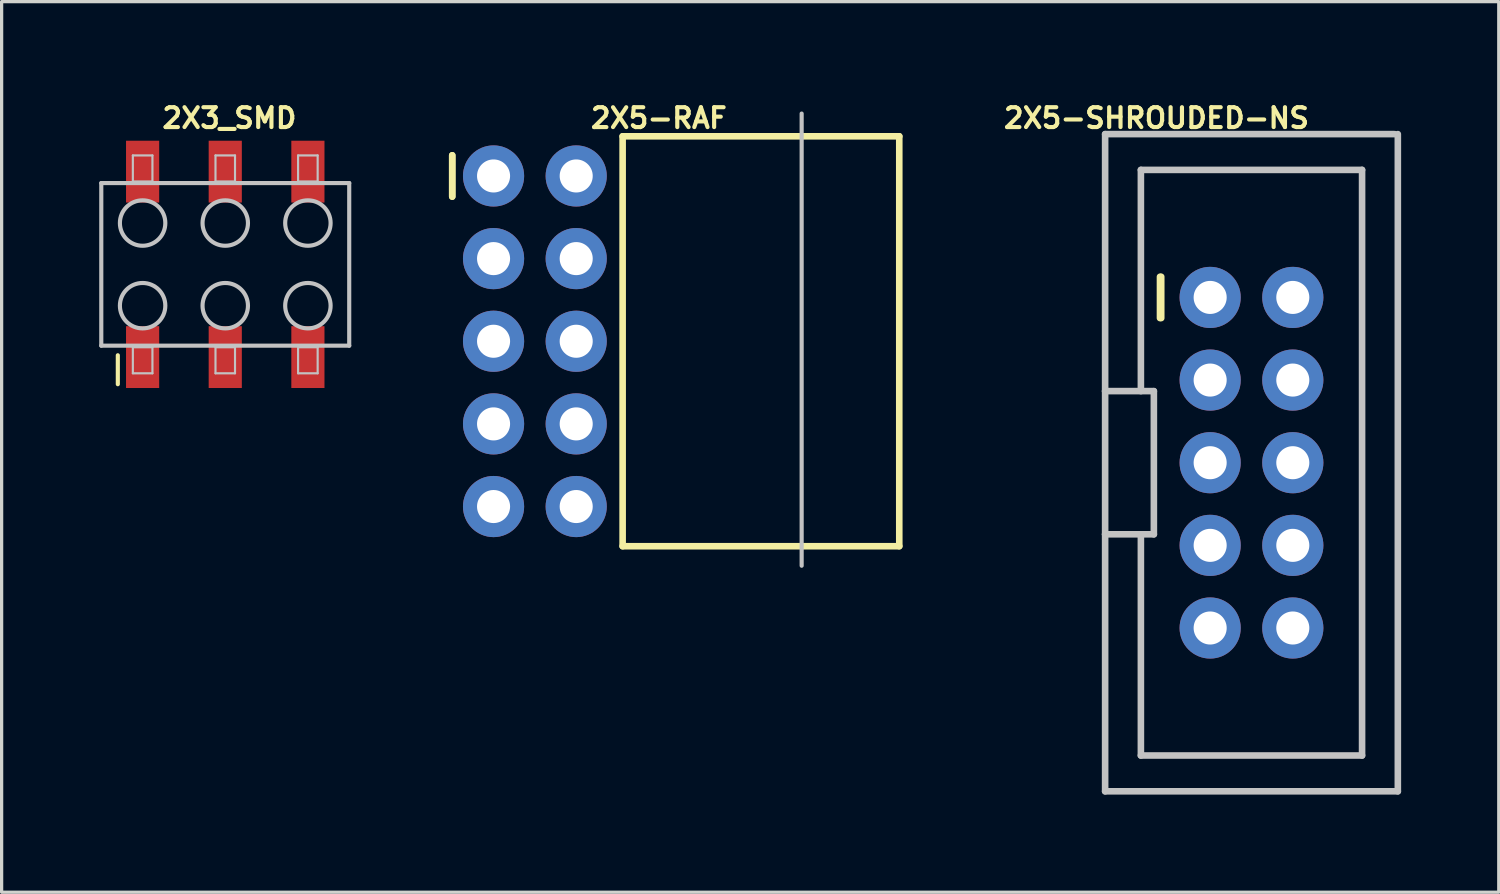
<source format=kicad_pcb>
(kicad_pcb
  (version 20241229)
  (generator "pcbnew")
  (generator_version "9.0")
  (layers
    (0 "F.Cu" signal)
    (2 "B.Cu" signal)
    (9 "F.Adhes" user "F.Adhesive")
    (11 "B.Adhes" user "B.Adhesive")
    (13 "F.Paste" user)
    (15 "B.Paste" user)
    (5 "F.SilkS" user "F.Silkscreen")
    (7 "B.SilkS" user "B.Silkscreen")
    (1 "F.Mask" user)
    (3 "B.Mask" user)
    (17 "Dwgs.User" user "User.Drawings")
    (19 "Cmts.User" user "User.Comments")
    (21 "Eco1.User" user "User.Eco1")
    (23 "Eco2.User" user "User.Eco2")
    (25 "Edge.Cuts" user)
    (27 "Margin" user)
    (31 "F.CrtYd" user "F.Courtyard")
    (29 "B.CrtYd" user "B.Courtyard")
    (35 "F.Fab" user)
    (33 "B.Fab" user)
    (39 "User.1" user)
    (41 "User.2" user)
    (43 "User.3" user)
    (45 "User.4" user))
  (footprint "2X3_SMD"
    (layer "F.Cu")
    (at 3.873 5.075)
    (property "Reference" "2X3_SMD" (at 0.127 -4.496 0) (layer "F.SilkS") (effects (font (size 0.61 0.61) (thickness 0.127))))
    (attr smd)
    (fp_line (start -3.302 3.683) (end -3.302 2.794) (stroke (width 0.127) (type solid)) (layer "F.SilkS"))
    (fp_line (start -3.81 -2.499) (end 3.81 -2.499) (stroke (width 0.127) (type solid)) (layer "Dwgs.User"))
    (fp_line (start -3.81 2.499) (end -3.81 -2.499) (stroke (width 0.127) (type solid)) (layer "Dwgs.User"))
    (fp_line (start -2.84 -3.348) (end -2.238 -3.348) (stroke (width 0.066) (type solid)) (layer "Dwgs.User"))
    (fp_line (start -2.84 -2.548) (end -2.84 -3.348) (stroke (width 0.066) (type solid)) (layer "Dwgs.User"))
    (fp_line (start -2.84 -2.548) (end -2.238 -2.548) (stroke (width 0.066) (type solid)) (layer "Dwgs.User"))
    (fp_line (start -2.84 2.548) (end -2.238 2.548) (stroke (width 0.066) (type solid)) (layer "Dwgs.User"))
    (fp_line (start -2.84 3.348) (end -2.84 2.548) (stroke (width 0.066) (type solid)) (layer "Dwgs.User"))
    (fp_line (start -2.84 3.348) (end -2.238 3.348) (stroke (width 0.066) (type solid)) (layer "Dwgs.User"))
    (fp_line (start -2.238 -2.548) (end -2.238 -3.348) (stroke (width 0.066) (type solid)) (layer "Dwgs.User"))
    (fp_line (start -2.238 3.348) (end -2.238 2.548) (stroke (width 0.066) (type solid)) (layer "Dwgs.User"))
    (fp_line (start -0.3 -3.348) (end 0.3 -3.348) (stroke (width 0.066) (type solid)) (layer "Dwgs.User"))
    (fp_line (start -0.3 -2.548) (end -0.3 -3.348) (stroke (width 0.066) (type solid)) (layer "Dwgs.User"))
    (fp_line (start -0.3 -2.548) (end 0.3 -2.548) (stroke (width 0.066) (type solid)) (layer "Dwgs.User"))
    (fp_line (start -0.3 2.548) (end 0.3 2.548) (stroke (width 0.066) (type solid)) (layer "Dwgs.User"))
    (fp_line (start -0.3 3.348) (end -0.3 2.548) (stroke (width 0.066) (type solid)) (layer "Dwgs.User"))
    (fp_line (start -0.3 3.348) (end 0.3 3.348) (stroke (width 0.066) (type solid)) (layer "Dwgs.User"))
    (fp_line (start 0.3 -2.548) (end 0.3 -3.348) (stroke (width 0.066) (type solid)) (layer "Dwgs.User"))
    (fp_line (start 0.3 3.348) (end 0.3 2.548) (stroke (width 0.066) (type solid)) (layer "Dwgs.User"))
    (fp_line (start 2.238 -3.348) (end 2.84 -3.348) (stroke (width 0.066) (type solid)) (layer "Dwgs.User"))
    (fp_line (start 2.238 -2.548) (end 2.238 -3.348) (stroke (width 0.066) (type solid)) (layer "Dwgs.User"))
    (fp_line (start 2.238 -2.548) (end 2.84 -2.548) (stroke (width 0.066) (type solid)) (layer "Dwgs.User"))
    (fp_line (start 2.238 2.548) (end 2.84 2.548) (stroke (width 0.066) (type solid)) (layer "Dwgs.User"))
    (fp_line (start 2.238 3.348) (end 2.238 2.548) (stroke (width 0.066) (type solid)) (layer "Dwgs.User"))
    (fp_line (start 2.238 3.348) (end 2.84 3.348) (stroke (width 0.066) (type solid)) (layer "Dwgs.User"))
    (fp_line (start 2.84 -2.548) (end 2.84 -3.348) (stroke (width 0.066) (type solid)) (layer "Dwgs.User"))
    (fp_line (start 2.84 3.348) (end 2.84 2.548) (stroke (width 0.066) (type solid)) (layer "Dwgs.User"))
    (fp_line (start 3.81 -2.499) (end 3.81 2.499) (stroke (width 0.127) (type solid)) (layer "Dwgs.User"))
    (fp_line (start 3.81 2.499) (end -3.81 2.499) (stroke (width 0.127) (type solid)) (layer "Dwgs.User"))
    (fp_circle (center -2.54 -1.27) (end -2.54 -1.968) (stroke (width 0.127) (type solid)) (fill no) (layer "Dwgs.User"))
    (fp_circle (center -2.54 1.27) (end -2.54 0.572) (stroke (width 0.127) (type solid)) (fill no) (layer "Dwgs.User"))
    (fp_circle (center 0 -1.27) (end 0 -1.968) (stroke (width 0.127) (type solid)) (fill no) (layer "Dwgs.User"))
    (fp_circle (center 0 1.27) (end 0 0.572) (stroke (width 0.127) (type solid)) (fill no) (layer "Dwgs.User"))
    (fp_circle (center 2.54 -1.27) (end 2.54 -1.968) (stroke (width 0.127) (type solid)) (fill no) (layer "Dwgs.User"))
    (fp_circle (center 2.54 1.27) (end 2.54 0.572) (stroke (width 0.127) (type solid)) (fill no) (layer "Dwgs.User"))
    (pad "1" smd rect (at -2.54 2.85) (size 1.019 1.9) (layers "F.Cu" "F.Mask" "F.Paste"))
    (pad "2" smd rect (at -2.54 -2.85) (size 1.019 1.9) (layers "F.Cu" "F.Mask" "F.Paste"))
    (pad "3" smd rect (at 0 2.85) (size 1.019 1.9) (layers "F.Cu" "F.Mask" "F.Paste"))
    (pad "4" smd rect (at 0 -2.85) (size 1.019 1.9) (layers "F.Cu" "F.Mask" "F.Paste"))
    (pad "5" smd rect (at 2.54 2.85) (size 1.019 1.9) (layers "F.Cu" "F.Mask" "F.Paste"))
    (pad "6" smd rect (at 2.54 -2.85) (size 1.019 1.9) (layers "F.Cu" "F.Mask" "F.Paste")))
  (footprint "2X5-SHROUDED-NS"
    (layer "F.Cu")
    (at 35.413 11.171)
    (property "Reference" "2X5-SHROUDED-NS" (at -2.921 -10.592 0) (layer "F.SilkS") (effects (font (size 0.61 0.61) (thickness 0.127))))
    (attr exclude_from_pos_files exclude_from_bom)
    (fp_line (start -2.812 -5.715) (end -2.812 -4.445) (stroke (width 0.203) (type solid)) (layer "F.SilkS"))
    (fp_line (start -2.774 -5.715) (end -2.774 -4.445) (stroke (width 0.203) (type solid)) (layer "F.SilkS"))
    (fp_line (start -4.498 -10.099) (end 4.399 -10.099) (stroke (width 0.203) (type solid)) (layer "Dwgs.User"))
    (fp_line (start -4.498 -2.2) (end -4.498 -10.099) (stroke (width 0.203) (type solid)) (layer "Dwgs.User"))
    (fp_line (start -4.498 -2.2) (end -3 -2.2) (stroke (width 0.203) (type solid)) (layer "Dwgs.User"))
    (fp_line (start -4.498 2.2) (end -4.498 -2.2) (stroke (width 0.203) (type solid)) (layer "Dwgs.User"))
    (fp_line (start -4.498 10.099) (end -4.498 2.2) (stroke (width 0.203) (type solid)) (layer "Dwgs.User"))
    (fp_line (start -3.399 -8.999) (end -3.399 -2.2) (stroke (width 0.203) (type solid)) (layer "Dwgs.User"))
    (fp_line (start -3.399 -8.999) (end 3.399 -8.999) (stroke (width 0.203) (type solid)) (layer "Dwgs.User"))
    (fp_line (start -3.399 8.999) (end -3.399 2.2) (stroke (width 0.203) (type solid)) (layer "Dwgs.User"))
    (fp_line (start -3.399 8.999) (end 3.399 8.999) (stroke (width 0.203) (type solid)) (layer "Dwgs.User"))
    (fp_line (start -3 -2.2) (end -3 2.2) (stroke (width 0.203) (type solid)) (layer "Dwgs.User"))
    (fp_line (start -3 2.2) (end -4.498 2.2) (stroke (width 0.203) (type solid)) (layer "Dwgs.User"))
    (fp_line (start -1.524 -5.334) (end -1.016 -5.334) (stroke (width 0.066) (type solid)) (layer "Dwgs.User"))
    (fp_line (start -1.524 -4.826) (end -1.524 -5.334) (stroke (width 0.066) (type solid)) (layer "Dwgs.User"))
    (fp_line (start -1.524 -4.826) (end -1.016 -4.826) (stroke (width 0.066) (type solid)) (layer "Dwgs.User"))
    (fp_line (start -1.524 -2.794) (end -1.016 -2.794) (stroke (width 0.066) (type solid)) (layer "Dwgs.User"))
    (fp_line (start -1.524 -2.286) (end -1.524 -2.794) (stroke (width 0.066) (type solid)) (layer "Dwgs.User"))
    (fp_line (start -1.524 -2.286) (end -1.016 -2.286) (stroke (width 0.066) (type solid)) (layer "Dwgs.User"))
    (fp_line (start -1.524 -0.254) (end -1.016 -0.254) (stroke (width 0.066) (type solid)) (layer "Dwgs.User"))
    (fp_line (start -1.524 0.254) (end -1.524 -0.254) (stroke (width 0.066) (type solid)) (layer "Dwgs.User"))
    (fp_line (start -1.524 0.254) (end -1.016 0.254) (stroke (width 0.066) (type solid)) (layer "Dwgs.User"))
    (fp_line (start -1.524 2.286) (end -1.016 2.286) (stroke (width 0.066) (type solid)) (layer "Dwgs.User"))
    (fp_line (start -1.524 2.286) (end -1.016 2.286) (stroke (width 0.066) (type solid)) (layer "Dwgs.User"))
    (fp_line (start -1.524 2.794) (end -1.524 2.286) (stroke (width 0.066) (type solid)) (layer "Dwgs.User"))
    (fp_line (start -1.524 2.794) (end -1.524 2.286) (stroke (width 0.066) (type solid)) (layer "Dwgs.User"))
    (fp_line (start -1.524 2.794) (end -1.016 2.794) (stroke (width 0.066) (type solid)) (layer "Dwgs.User"))
    (fp_line (start -1.524 2.794) (end -1.016 2.794) (stroke (width 0.066) (type solid)) (layer "Dwgs.User"))
    (fp_line (start -1.524 4.826) (end -1.016 4.826) (stroke (width 0.066) (type solid)) (layer "Dwgs.User"))
    (fp_line (start -1.524 5.334) (end -1.524 4.826) (stroke (width 0.066) (type solid)) (layer "Dwgs.User"))
    (fp_line (start -1.524 5.334) (end -1.016 5.334) (stroke (width 0.066) (type solid)) (layer "Dwgs.User"))
    (fp_line (start -1.016 -4.826) (end -1.016 -5.334) (stroke (width 0.066) (type solid)) (layer "Dwgs.User"))
    (fp_line (start -1.016 -2.286) (end -1.016 -2.794) (stroke (width 0.066) (type solid)) (layer "Dwgs.User"))
    (fp_line (start -1.016 0.254) (end -1.016 -0.254) (stroke (width 0.066) (type solid)) (layer "Dwgs.User"))
    (fp_line (start -1.016 2.794) (end -1.016 2.286) (stroke (width 0.066) (type solid)) (layer "Dwgs.User"))
    (fp_line (start -1.016 2.794) (end -1.016 2.286) (stroke (width 0.066) (type solid)) (layer "Dwgs.User"))
    (fp_line (start -1.016 5.334) (end -1.016 4.826) (stroke (width 0.066) (type solid)) (layer "Dwgs.User"))
    (fp_line (start 1.016 -5.334) (end 1.524 -5.334) (stroke (width 0.066) (type solid)) (layer "Dwgs.User"))
    (fp_line (start 1.016 -4.826) (end 1.016 -5.334) (stroke (width 0.066) (type solid)) (layer "Dwgs.User"))
    (fp_line (start 1.016 -4.826) (end 1.524 -4.826) (stroke (width 0.066) (type solid)) (layer "Dwgs.User"))
    (fp_line (start 1.016 -2.794) (end 1.524 -2.794) (stroke (width 0.066) (type solid)) (layer "Dwgs.User"))
    (fp_line (start 1.016 -2.286) (end 1.016 -2.794) (stroke (width 0.066) (type solid)) (layer "Dwgs.User"))
    (fp_line (start 1.016 -2.286) (end 1.524 -2.286) (stroke (width 0.066) (type solid)) (layer "Dwgs.User"))
    (fp_line (start 1.016 -0.254) (end 1.524 -0.254) (stroke (width 0.066) (type solid)) (layer "Dwgs.User"))
    (fp_line (start 1.016 0.254) (end 1.016 -0.254) (stroke (width 0.066) (type solid)) (layer "Dwgs.User"))
    (fp_line (start 1.016 0.254) (end 1.524 0.254) (stroke (width 0.066) (type solid)) (layer "Dwgs.User"))
    (fp_line (start 1.016 2.286) (end 1.524 2.286) (stroke (width 0.066) (type solid)) (layer "Dwgs.User"))
    (fp_line (start 1.016 2.286) (end 1.524 2.286) (stroke (width 0.066) (type solid)) (layer "Dwgs.User"))
    (fp_line (start 1.016 2.794) (end 1.016 2.286) (stroke (width 0.066) (type solid)) (layer "Dwgs.User"))
    (fp_line (start 1.016 2.794) (end 1.016 2.286) (stroke (width 0.066) (type solid)) (layer "Dwgs.User"))
    (fp_line (start 1.016 2.794) (end 1.524 2.794) (stroke (width 0.066) (type solid)) (layer "Dwgs.User"))
    (fp_line (start 1.016 2.794) (end 1.524 2.794) (stroke (width 0.066) (type solid)) (layer "Dwgs.User"))
    (fp_line (start 1.016 4.826) (end 1.524 4.826) (stroke (width 0.066) (type solid)) (layer "Dwgs.User"))
    (fp_line (start 1.016 5.334) (end 1.016 4.826) (stroke (width 0.066) (type solid)) (layer "Dwgs.User"))
    (fp_line (start 1.016 5.334) (end 1.524 5.334) (stroke (width 0.066) (type solid)) (layer "Dwgs.User"))
    (fp_line (start 1.524 -4.826) (end 1.524 -5.334) (stroke (width 0.066) (type solid)) (layer "Dwgs.User"))
    (fp_line (start 1.524 -2.286) (end 1.524 -2.794) (stroke (width 0.066) (type solid)) (layer "Dwgs.User"))
    (fp_line (start 1.524 0.254) (end 1.524 -0.254) (stroke (width 0.066) (type solid)) (layer "Dwgs.User"))
    (fp_line (start 1.524 2.794) (end 1.524 2.286) (stroke (width 0.066) (type solid)) (layer "Dwgs.User"))
    (fp_line (start 1.524 2.794) (end 1.524 2.286) (stroke (width 0.066) (type solid)) (layer "Dwgs.User"))
    (fp_line (start 1.524 5.334) (end 1.524 4.826) (stroke (width 0.066) (type solid)) (layer "Dwgs.User"))
    (fp_line (start 3.399 -8.999) (end 3.399 8.999) (stroke (width 0.203) (type solid)) (layer "Dwgs.User"))
    (fp_line (start 4.498 -10.099) (end 4.498 10.099) (stroke (width 0.203) (type solid)) (layer "Dwgs.User"))
    (fp_line (start 4.498 10.099) (end -4.498 10.099) (stroke (width 0.203) (type solid)) (layer "Dwgs.User"))
    (pad "1" thru_hole circle (at -1.27 -5.08) (size 1.88 1.88) (drill 1.016) (layers "*.Cu" "*.Paste" "*.Mask"))
    (pad "2" thru_hole circle (at 1.27 -5.08) (size 1.88 1.88) (drill 1.016) (layers "*.Cu" "*.Paste" "*.Mask"))
    (pad "3" thru_hole circle (at -1.27 -2.54) (size 1.88 1.88) (drill 1.016) (layers "*.Cu" "*.Paste" "*.Mask"))
    (pad "4" thru_hole circle (at 1.27 -2.54) (size 1.88 1.88) (drill 1.016) (layers "*.Cu" "*.Paste" "*.Mask"))
    (pad "5" thru_hole circle (at -1.27 0) (size 1.88 1.88) (drill 1.016) (layers "*.Cu" "*.Paste" "*.Mask"))
    (pad "6" thru_hole circle (at 1.27 0) (size 1.88 1.88) (drill 1.016) (layers "*.Cu" "*.Paste" "*.Mask"))
    (pad "7" thru_hole circle (at -1.27 2.54) (size 1.88 1.88) (drill 1.016) (layers "*.Cu" "*.Paste" "*.Mask"))
    (pad "8" thru_hole circle (at 1.27 2.54) (size 1.88 1.88) (drill 1.016) (layers "*.Cu" "*.Paste" "*.Mask"))
    (pad "9" thru_hole circle (at -1.27 5.08) (size 1.88 1.88) (drill 1.016) (layers "*.Cu" "*.Paste" "*.Mask"))
    (pad "10" thru_hole circle (at 1.27 5.08) (size 1.88 1.88) (drill 1.016) (layers "*.Cu" "*.Paste" "*.Mask")))
  (footprint "2X5-RAF"
    (layer "F.Cu")
    (at 13.389 7.438)
    (property "Reference" "2X5-RAF" (at 3.81 -6.858 0) (layer "F.SilkS") (effects (font (size 0.61 0.61) (thickness 0.127))))
    (attr exclude_from_pos_files exclude_from_bom)
    (fp_line (start -2.54 -5.715) (end -2.54 -4.445) (stroke (width 0.203) (type solid)) (layer "F.SilkS"))
    (fp_line (start -2.54 -5.715) (end -2.54 -4.445) (stroke (width 0.203) (type solid)) (layer "F.SilkS"))
    (fp_line (start 2.697 -6.299) (end 11.199 -6.299) (stroke (width 0.203) (type solid)) (layer "F.SilkS"))
    (fp_line (start 2.697 6.299) (end 2.697 -6.299) (stroke (width 0.203) (type solid)) (layer "F.SilkS"))
    (fp_line (start 11.199 -6.299) (end 11.199 6.299) (stroke (width 0.203) (type solid)) (layer "F.SilkS"))
    (fp_line (start 11.199 6.299) (end 2.697 6.299) (stroke (width 0.203) (type solid)) (layer "F.SilkS"))
    (fp_line (start 8.199 -6.998) (end 8.199 6.899) (stroke (width 0.127) (type solid)) (layer "Dwgs.User"))
    (pad "1" thru_hole circle (at -1.27 -5.08) (size 1.88 1.88) (drill 1.016) (layers "*.Cu" "*.Paste" "*.Mask"))
    (pad "2" thru_hole circle (at 1.27 -5.08) (size 1.88 1.88) (drill 1.016) (layers "*.Cu" "*.Paste" "*.Mask"))
    (pad "3" thru_hole circle (at -1.27 -2.54) (size 1.88 1.88) (drill 1.016) (layers "*.Cu" "*.Paste" "*.Mask"))
    (pad "4" thru_hole circle (at 1.27 -2.54) (size 1.88 1.88) (drill 1.016) (layers "*.Cu" "*.Paste" "*.Mask"))
    (pad "5" thru_hole circle (at -1.27 0) (size 1.88 1.88) (drill 1.016) (layers "*.Cu" "*.Paste" "*.Mask"))
    (pad "6" thru_hole circle (at 1.27 0) (size 1.88 1.88) (drill 1.016) (layers "*.Cu" "*.Paste" "*.Mask"))
    (pad "7" thru_hole circle (at -1.27 2.54) (size 1.88 1.88) (drill 1.016) (layers "*.Cu" "*.Paste" "*.Mask"))
    (pad "8" thru_hole circle (at 1.27 2.54) (size 1.88 1.88) (drill 1.016) (layers "*.Cu" "*.Paste" "*.Mask"))
    (pad "9" thru_hole circle (at -1.27 5.08) (size 1.88 1.88) (drill 1.016) (layers "*.Cu" "*.Paste" "*.Mask"))
    (pad "10" thru_hole circle (at 1.27 5.08) (size 1.88 1.88) (drill 1.016) (layers "*.Cu" "*.Paste" "*.Mask")))
  (gr_rect
    (start -3 -3)
    (end 43.013 24.372)
    (stroke (width 0.1) (type default))
    (fill no)
    (layer "Edge.Cuts")))
</source>
